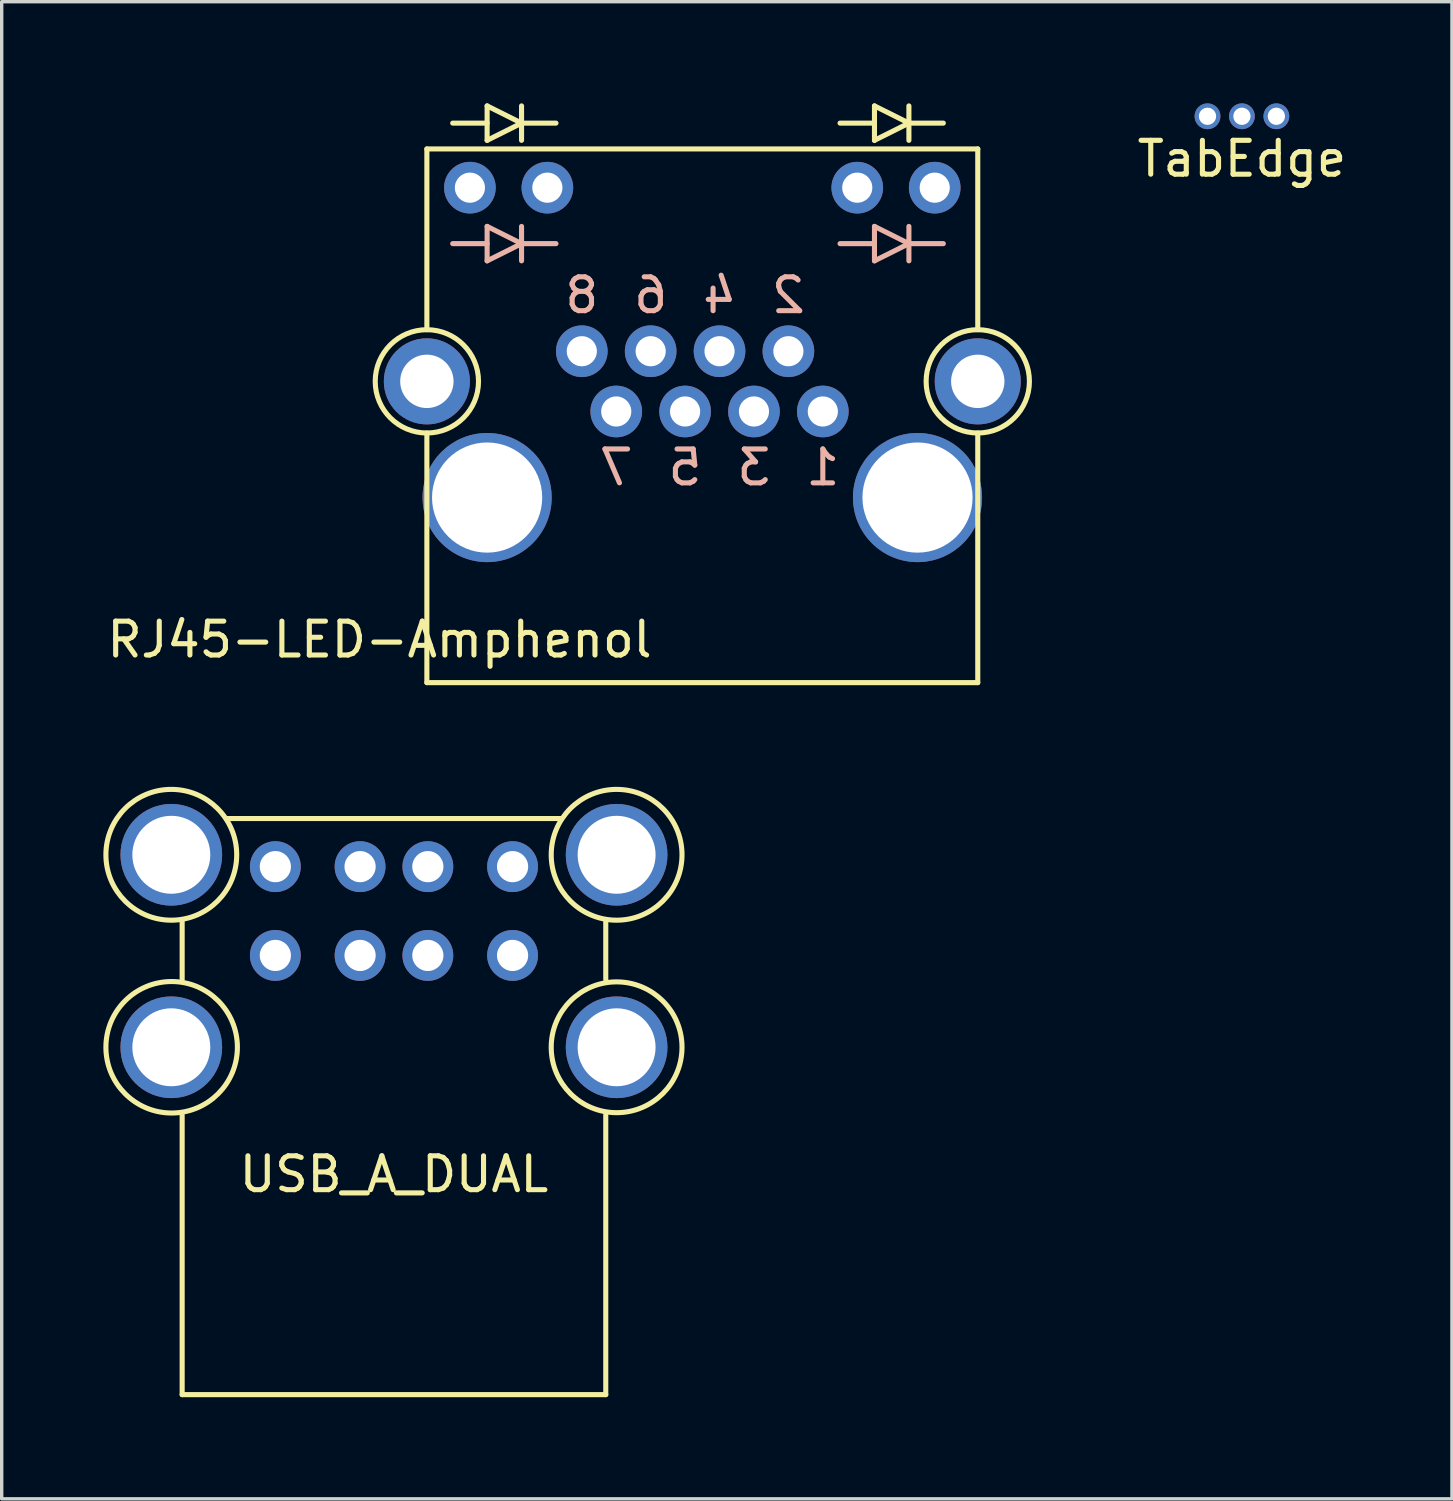
<source format=kicad_pcb>
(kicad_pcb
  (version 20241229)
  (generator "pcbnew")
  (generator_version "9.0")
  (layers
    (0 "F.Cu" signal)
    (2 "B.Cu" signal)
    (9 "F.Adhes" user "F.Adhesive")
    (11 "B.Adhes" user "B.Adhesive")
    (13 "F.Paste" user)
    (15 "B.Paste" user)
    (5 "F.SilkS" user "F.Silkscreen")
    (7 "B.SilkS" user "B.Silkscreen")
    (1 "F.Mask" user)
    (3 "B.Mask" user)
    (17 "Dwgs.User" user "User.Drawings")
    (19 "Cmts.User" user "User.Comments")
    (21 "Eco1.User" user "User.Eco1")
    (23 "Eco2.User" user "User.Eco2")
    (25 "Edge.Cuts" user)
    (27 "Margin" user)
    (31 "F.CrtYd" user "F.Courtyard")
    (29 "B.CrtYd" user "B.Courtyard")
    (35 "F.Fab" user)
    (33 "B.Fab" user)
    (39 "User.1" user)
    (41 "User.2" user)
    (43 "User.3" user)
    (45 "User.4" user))
  (footprint "USB_A_DUAL"
    (layer "F.Cu")
    (at 8.575 27.853)
    (property "Reference" "USB_A_DUAL" (at 0 3.747 0) (layer "F.SilkS") (effects (font (size 1 1) (thickness 0.15))))
    (attr through_hole)
    (fp_line (start -6.25 -3.7) (end -6.25 -2) (stroke (width 0.15) (type solid)) (layer "F.SilkS"))
    (fp_line (start -6.25 2) (end -6.25 10.25) (stroke (width 0.15) (type solid)) (layer "F.SilkS"))
    (fp_line (start -6.25 10.25) (end 6.25 10.25) (stroke (width 0.15) (type solid)) (layer "F.SilkS"))
    (fp_line (start -4.95 -6.75) (end 4.95 -6.75) (stroke (width 0.15) (type solid)) (layer "F.SilkS"))
    (fp_line (start 6.25 -3.7) (end 6.25 -2) (stroke (width 0.15) (type solid)) (layer "F.SilkS"))
    (fp_line (start 6.25 10.25) (end 6.25 2) (stroke (width 0.15) (type solid)) (layer "F.SilkS"))
    (fp_circle (center -6.57 -5.68) (end -8.5 -5.68) (stroke (width 0.15) (type solid)) (fill no) (layer "F.SilkS"))
    (fp_circle (center -6.56 0) (end -8.5 0) (stroke (width 0.15) (type solid)) (fill no) (layer "F.SilkS"))
    (fp_circle (center 6.57 -5.68) (end 8.5 -5.68) (stroke (width 0.15) (type solid)) (fill no) (layer "F.SilkS"))
    (fp_circle (center 6.57 0) (end 8.5 0) (stroke (width 0.15) (type solid)) (fill no) (layer "F.SilkS"))
    (pad "A1" thru_hole circle (at -3.5 -5.33) (size 1.5 1.5) (drill 0.92) (layers "*.Cu" "*.Mask"))
    (pad "A2" thru_hole circle (at -1 -5.33) (size 1.5 1.5) (drill 0.92) (layers "*.Cu" "*.Mask"))
    (pad "A3" thru_hole circle (at 1 -5.33) (size 1.5 1.5) (drill 0.92) (layers "*.Cu" "*.Mask"))
    (pad "A4" thru_hole circle (at 3.5 -5.33) (size 1.5 1.5) (drill 0.92) (layers "*.Cu" "*.Mask"))
    (pad "B1" thru_hole circle (at -3.5 -2.71) (size 1.5 1.5) (drill 0.92) (layers "*.Cu" "*.Mask"))
    (pad "B2" thru_hole circle (at -1 -2.71) (size 1.5 1.5) (drill 0.92) (layers "*.Cu" "*.Mask"))
    (pad "B3" thru_hole circle (at 1 -2.71) (size 1.5 1.5) (drill 0.92) (layers "*.Cu" "*.Mask"))
    (pad "B4" thru_hole circle (at 3.5 -2.71) (size 1.5 1.5) (drill 0.92) (layers "*.Cu" "*.Mask"))
    (pad "S" thru_hole circle (at -6.57 -5.68) (size 3 3) (drill 2.3) (layers "*.Cu" "*.Mask"))
    (pad "S" thru_hole circle (at -6.57 0) (size 3 3) (drill 2.3) (layers "*.Cu" "*.Mask"))
    (pad "S" thru_hole circle (at 6.57 -5.68) (size 3 3) (drill 2.3) (layers "*.Cu" "*.Mask"))
    (pad "S" thru_hole circle (at 6.57 0) (size 3 3) (drill 2.3) (layers "*.Cu" "*.Mask")))
  (footprint "TabEdge"
    (layer "F.Cu")
    (at 33.597 0.635)
    (property "Reference" "TabEdge" (at 0 1 0) (layer "F.SilkS") (effects (font (size 1 1) (thickness 0.15))))
    (attr through_hole)
    (pad "" np_thru_hole circle (at -1.016 -0.254) (size 0.762 0.762) (drill 0.508) (layers "*.Cu" "*.Mask"))
    (pad "" np_thru_hole circle (at 0 -0.254) (size 0.762 0.762) (drill 0.508) (layers "*.Cu" "*.Mask"))
    (pad "" np_thru_hole circle (at 1.016 -0.254) (size 0.762 0.762) (drill 0.508) (layers "*.Cu" "*.Mask")))
  (footprint "RJ45-LED-Amphenol"
    (layer "F.Cu")
    (at 17.674 8.203)
    (property "Reference" "RJ45-LED-Amphenol" (at -9.525 7.62 0) (layer "F.SilkS") (effects (font (size 1 1) (thickness 0.15))))
    (attr through_hole)
    (fp_line (start -8.128 -6.858) (end -8.128 -1.524) (stroke (width 0.15) (type solid)) (layer "F.SilkS"))
    (fp_line (start -8.128 1.524) (end -8.128 8.89) (stroke (width 0.15) (type solid)) (layer "F.SilkS"))
    (fp_line (start -8.128 8.89) (end 8.128 8.89) (stroke (width 0.15) (type solid)) (layer "F.SilkS"))
    (fp_line (start -6.35 -8.128) (end -6.35 -7.112) (stroke (width 0.15) (type solid)) (layer "F.SilkS"))
    (fp_line (start -6.35 -7.62) (end -7.366 -7.62) (stroke (width 0.15) (type solid)) (layer "F.SilkS"))
    (fp_line (start -6.35 -7.112) (end -5.334 -7.62) (stroke (width 0.15) (type solid)) (layer "F.SilkS"))
    (fp_line (start -5.334 -8.128) (end -5.334 -7.112) (stroke (width 0.15) (type solid)) (layer "F.SilkS"))
    (fp_line (start -5.334 -7.62) (end -6.35 -8.128) (stroke (width 0.15) (type solid)) (layer "F.SilkS"))
    (fp_line (start -5.334 -7.62) (end -4.318 -7.62) (stroke (width 0.15) (type solid)) (layer "F.SilkS"))
    (fp_line (start 5.08 -8.128) (end 5.08 -7.112) (stroke (width 0.15) (type solid)) (layer "F.SilkS"))
    (fp_line (start 5.08 -7.62) (end 4.064 -7.62) (stroke (width 0.15) (type solid)) (layer "F.SilkS"))
    (fp_line (start 5.08 -7.112) (end 6.096 -7.62) (stroke (width 0.15) (type solid)) (layer "F.SilkS"))
    (fp_line (start 6.096 -8.128) (end 6.096 -7.112) (stroke (width 0.15) (type solid)) (layer "F.SilkS"))
    (fp_line (start 6.096 -7.62) (end 5.08 -8.128) (stroke (width 0.15) (type solid)) (layer "F.SilkS"))
    (fp_line (start 6.096 -7.62) (end 7.112 -7.62) (stroke (width 0.15) (type solid)) (layer "F.SilkS"))
    (fp_line (start 8.128 -6.858) (end -8.128 -6.858) (stroke (width 0.15) (type solid)) (layer "F.SilkS"))
    (fp_line (start 8.128 -1.524) (end 8.128 -6.858) (stroke (width 0.15) (type solid)) (layer "F.SilkS"))
    (fp_line (start 8.128 8.89) (end 8.128 1.524) (stroke (width 0.15) (type solid)) (layer "F.SilkS"))
    (fp_circle (center -8.128 0) (end -6.604 0) (stroke (width 0.15) (type solid)) (fill no) (layer "F.SilkS"))
    (fp_circle (center 8.128 0) (end 9.652 0) (stroke (width 0.15) (type solid)) (fill no) (layer "F.SilkS"))
    (fp_line (start -6.35 -4.572) (end -6.35 -3.556) (stroke (width 0.15) (type solid)) (layer "B.SilkS"))
    (fp_line (start -6.35 -4.064) (end -7.366 -4.064) (stroke (width 0.15) (type solid)) (layer "B.SilkS"))
    (fp_line (start -6.35 -3.556) (end -5.334 -4.064) (stroke (width 0.15) (type solid)) (layer "B.SilkS"))
    (fp_line (start -5.334 -4.572) (end -5.334 -3.556) (stroke (width 0.15) (type solid)) (layer "B.SilkS"))
    (fp_line (start -5.334 -4.064) (end -6.35 -4.572) (stroke (width 0.15) (type solid)) (layer "B.SilkS"))
    (fp_line (start -5.334 -4.064) (end -4.318 -4.064) (stroke (width 0.15) (type solid)) (layer "B.SilkS"))
    (fp_line (start 5.08 -4.572) (end 5.08 -3.556) (stroke (width 0.15) (type solid)) (layer "B.SilkS"))
    (fp_line (start 5.08 -4.064) (end 4.064 -4.064) (stroke (width 0.15) (type solid)) (layer "B.SilkS"))
    (fp_line (start 5.08 -3.556) (end 6.096 -4.064) (stroke (width 0.15) (type solid)) (layer "B.SilkS"))
    (fp_line (start 6.096 -4.572) (end 6.096 -3.556) (stroke (width 0.15) (type solid)) (layer "B.SilkS"))
    (fp_line (start 6.096 -4.064) (end 5.08 -4.572) (stroke (width 0.15) (type solid)) (layer "B.SilkS"))
    (fp_line (start 6.096 -4.064) (end 7.112 -4.064) (stroke (width 0.15) (type solid)) (layer "B.SilkS"))
    (fp_text user "6" (at -1.524 -2.54 0) (layer "B.SilkS") (effects (font (size 1 1) (thickness 0.15)) (justify mirror)))
    (fp_text user "3" (at 1.524 2.54 0) (layer "B.SilkS") (effects (font (size 1 1) (thickness 0.15)) (justify mirror)))
    (fp_text user "4" (at 0.508 -2.54 0) (layer "B.SilkS") (effects (font (size 1 1) (thickness 0.15)) (justify mirror)))
    (fp_text user "7" (at -2.54 2.54 0) (layer "B.SilkS") (effects (font (size 1 1) (thickness 0.15)) (justify mirror)))
    (fp_text user "1" (at 3.556 2.54 0) (layer "B.SilkS") (effects (font (size 1 1) (thickness 0.15)) (justify mirror)))
    (fp_text user "8" (at -3.556 -2.54 0) (layer "B.SilkS") (effects (font (size 1 1) (thickness 0.15)) (justify mirror)))
    (fp_text user "2" (at 2.54 -2.54 0) (layer "B.SilkS") (effects (font (size 1 1) (thickness 0.15)) (justify mirror)))
    (fp_text user "5" (at -0.508 2.54 0) (layer "B.SilkS") (effects (font (size 1 1) (thickness 0.15)) (justify mirror)))
    (pad "" np_thru_hole circle (at -6.35 3.429) (size 3.81 3.81) (drill 3.251) (layers "*.Cu" "*.Mask"))
    (pad "" np_thru_hole circle (at 6.35 3.429) (size 3.81 3.81) (drill 3.251) (layers "*.Cu" "*.Mask"))
    (pad "1" thru_hole circle (at 3.556 0.889) (size 1.524 1.524) (drill 0.889) (layers "*.Cu" "*.Mask"))
    (pad "2" thru_hole circle (at 2.54 -0.889) (size 1.524 1.524) (drill 0.889) (layers "*.Cu" "*.Mask"))
    (pad "3" thru_hole circle (at 1.524 0.889) (size 1.524 1.524) (drill 0.889) (layers "*.Cu" "*.Mask"))
    (pad "4" thru_hole circle (at 0.508 -0.889) (size 1.524 1.524) (drill 0.889) (layers "*.Cu" "*.Mask"))
    (pad "5" thru_hole circle (at -0.508 0.889) (size 1.524 1.524) (drill 0.889) (layers "*.Cu" "*.Mask"))
    (pad "6" thru_hole circle (at -1.524 -0.889) (size 1.524 1.524) (drill 0.889) (layers "*.Cu" "*.Mask"))
    (pad "7" thru_hole circle (at -2.54 0.889) (size 1.524 1.524) (drill 0.889) (layers "*.Cu" "*.Mask"))
    (pad "8" thru_hole circle (at -3.556 -0.889) (size 1.524 1.524) (drill 0.889) (layers "*.Cu" "*.Mask"))
    (pad "9" thru_hole circle (at 6.858 -5.715) (size 1.524 1.524) (drill 0.889) (layers "*.Cu" "*.Mask"))
    (pad "10" thru_hole circle (at 4.572 -5.715) (size 1.524 1.524) (drill 0.889) (layers "*.Cu" "*.Mask"))
    (pad "11" thru_hole circle (at -4.572 -5.715) (size 1.524 1.524) (drill 0.889) (layers "*.Cu" "*.Mask"))
    (pad "12" thru_hole circle (at -6.858 -5.715) (size 1.524 1.524) (drill 0.889) (layers "*.Cu" "*.Mask"))
    (pad "S" thru_hole circle (at -8.128 0) (size 2.54 2.54) (drill 1.575) (layers "*.Cu" "*.Mask"))
    (pad "S" thru_hole circle (at 8.128 0) (size 2.54 2.54) (drill 1.575) (layers "*.Cu" "*.Mask")))
  (gr_rect
    (start -3 -3)
    (end 39.794 41.178)
    (stroke (width 0.1) (type default))
    (fill no)
    (layer "Edge.Cuts")))
</source>
